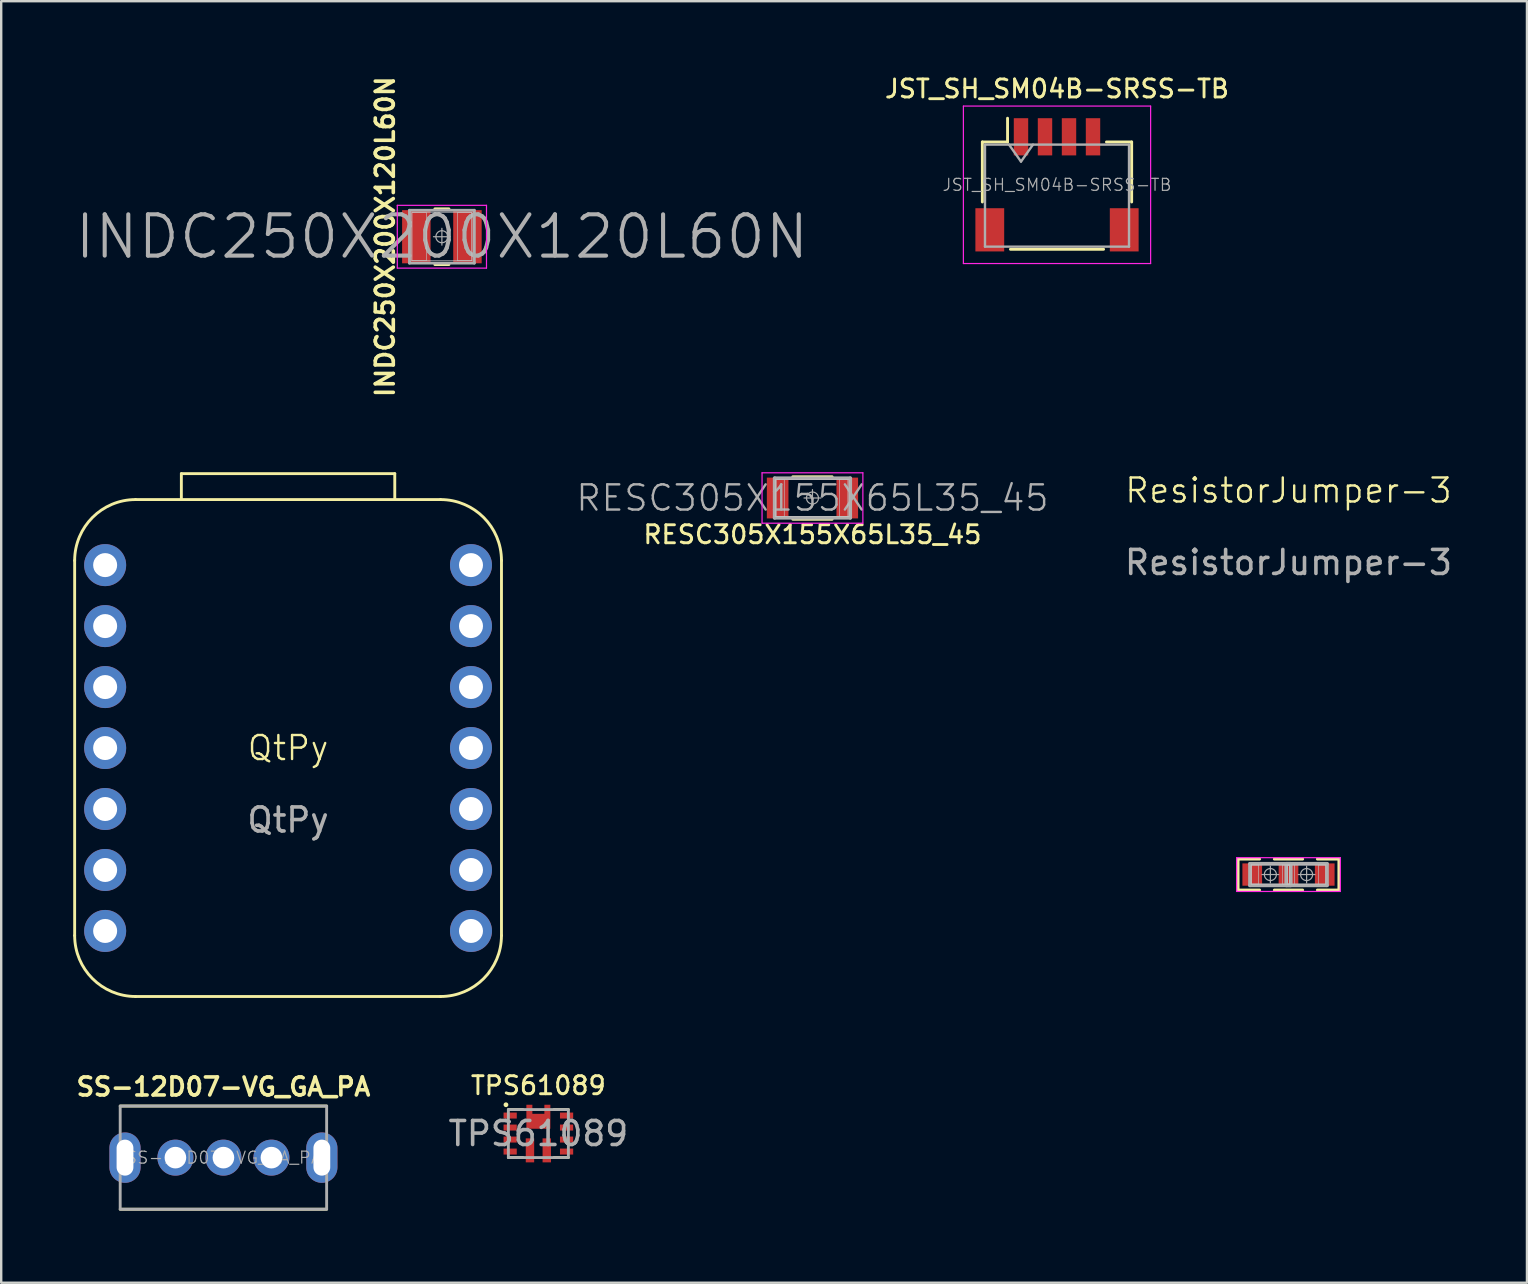
<source format=kicad_pcb>
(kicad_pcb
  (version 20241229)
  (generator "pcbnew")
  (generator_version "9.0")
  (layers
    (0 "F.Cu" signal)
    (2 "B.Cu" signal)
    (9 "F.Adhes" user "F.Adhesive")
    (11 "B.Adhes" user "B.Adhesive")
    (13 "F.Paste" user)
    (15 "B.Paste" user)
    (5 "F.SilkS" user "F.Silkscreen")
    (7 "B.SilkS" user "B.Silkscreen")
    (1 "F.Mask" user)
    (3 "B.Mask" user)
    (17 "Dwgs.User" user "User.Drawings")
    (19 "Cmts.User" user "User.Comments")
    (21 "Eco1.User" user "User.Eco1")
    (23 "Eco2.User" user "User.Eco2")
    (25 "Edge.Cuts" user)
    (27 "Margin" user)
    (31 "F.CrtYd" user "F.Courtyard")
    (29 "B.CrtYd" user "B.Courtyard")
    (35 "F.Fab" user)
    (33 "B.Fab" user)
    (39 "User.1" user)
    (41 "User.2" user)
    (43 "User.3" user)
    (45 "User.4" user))
  (footprint "TPS61089"
    (layer "F.Cu")
    (at 19.377 44.171)
    (property "Reference" "TPS61089" (at 0 -2 0) (unlocked yes) (layer "F.SilkS") (effects (font (size 0.75 0.75) (thickness 0.12))))
    (attr smd)
    (fp_line (start -1.25 1) (end -0.65 1) (stroke (width 0.12) (type default)) (layer "F.SilkS"))
    (fp_line (start -0.65 -1) (end -1.25 -1) (stroke (width 0.12) (type default)) (layer "F.SilkS"))
    (fp_line (start 1.25 -1) (end 0.65 -1) (stroke (width 0.12) (type default)) (layer "F.SilkS"))
    (fp_line (start 1.25 1) (end 0.65 1) (stroke (width 0.12) (type default)) (layer "F.SilkS"))
    (fp_circle (center -1.35 -1.2) (end -1.35 -1.15) (stroke (width 0.1) (type default)) (fill no) (layer "F.SilkS"))
    (fp_rect (start -1.25 -1) (end 1.25 1) (stroke (width 0.12) (type default)) (fill no) (layer "F.Fab"))
    (fp_text user "${REFERENCE}" (at 0 0 0) (unlocked yes) (layer "F.Fab") (effects (font (size 1 1) (thickness 0.15))))
    (pad "1" smd rect (at -1.175 -0.75) (size 0.55 0.25) (layers "F.Cu" "F.Mask" "F.Paste"))
    (pad "2" smd rect (at -1.175 -0.25) (size 0.55 0.25) (layers "F.Cu" "F.Mask" "F.Paste"))
    (pad "3" smd rect (at -1.175 0.25) (size 0.55 0.25) (layers "F.Cu" "F.Mask" "F.Paste"))
    (pad "4" smd rect (at -1.175 0.75) (size 0.55 0.25) (layers "F.Cu" "F.Mask" "F.Paste"))
    (pad "5" smd rect (at -0.35 0.7) (size 0.35 1) (layers "F.Cu" "F.Mask" "F.Paste"))
    (pad "6" smd rect (at 0.35 0.7) (size 0.35 1) (layers "F.Cu" "F.Mask" "F.Paste"))
    (pad "7" smd rect (at 1.175 0.75 180) (size 0.55 0.25) (layers "F.Cu" "F.Mask" "F.Paste"))
    (pad "8" smd rect (at 1.175 0.25 180) (size 0.55 0.25) (layers "F.Cu" "F.Mask" "F.Paste"))
    (pad "9" smd rect (at 1.175 -0.25 180) (size 0.55 0.25) (layers "F.Cu" "F.Mask" "F.Paste"))
    (pad "10" smd rect (at 1.175 -0.75 180) (size 0.55 0.25) (layers "F.Cu" "F.Mask" "F.Paste"))
    (pad "11" smd custom (at 0 -0.45) (size 1 0.5) (layers "F.Cu" "F.Mask" "F.Paste") (options (anchor rect)) (primitives (gr_poly (pts (xy -0.5 -0.75) (xy -0.5 0.25) (xy 0.5 0.25) (xy 0.5 -0.75) (xy 0.25 -0.75) (xy 0.25 -0.372) (xy -0.25 -0.372) (xy -0.25 -0.75)) (width 0) (fill yes)))))
  (footprint "RESC305X155X65L35_45"
    (layer "F.Cu")
    (at 30.795 17.696)
    (property "Reference" "RESC305X155X65L35_45" (at 0 1.524 0) (layer "F.SilkS") (effects (font (size 0.75 0.75) (thickness 0.12))))
    (attr smd)
    (fp_line (start -0.82 -0.885) (end 0.82 -0.885) (stroke (width 0.12) (type solid)) (layer "F.SilkS"))
    (fp_line (start -0.82 0.885) (end 0.82 0.885) (stroke (width 0.12) (type solid)) (layer "F.SilkS"))
    (fp_line (start -1.525 -0.775) (end -1.175 -0.775) (stroke (width 0.025) (type solid)) (layer "Dwgs.User"))
    (fp_line (start -1.525 -0.775) (end 1.525 -0.775) (stroke (width 0.025) (type solid)) (layer "Dwgs.User"))
    (fp_line (start -1.525 0.775) (end -1.525 -0.775) (stroke (width 0.025) (type solid)) (layer "Dwgs.User"))
    (fp_line (start -1.525 0.775) (end -1.525 -0.775) (stroke (width 0.025) (type solid)) (layer "Dwgs.User"))
    (fp_line (start -1.175 -0.775) (end -1.175 0.775) (stroke (width 0.025) (type solid)) (layer "Dwgs.User"))
    (fp_line (start -1.175 0.775) (end -1.525 0.775) (stroke (width 0.025) (type solid)) (layer "Dwgs.User"))
    (fp_line (start 1.125 -0.775) (end 1.475 -0.775) (stroke (width 0.025) (type solid)) (layer "Dwgs.User"))
    (fp_line (start 1.125 0.775) (end 1.125 -0.775) (stroke (width 0.025) (type solid)) (layer "Dwgs.User"))
    (fp_line (start 1.475 -0.775) (end 1.475 0.775) (stroke (width 0.025) (type solid)) (layer "Dwgs.User"))
    (fp_line (start 1.475 0.775) (end 1.125 0.775) (stroke (width 0.025) (type solid)) (layer "Dwgs.User"))
    (fp_line (start 1.525 -0.775) (end 1.525 0.775) (stroke (width 0.025) (type solid)) (layer "Dwgs.User"))
    (fp_line (start 1.525 0.775) (end -1.525 0.775) (stroke (width 0.025) (type solid)) (layer "Dwgs.User"))
    (fp_line (start -2.1 -1.05) (end 2.1 -1.05) (stroke (width 0.05) (type solid)) (layer "F.CrtYd"))
    (fp_line (start -2.1 1.05) (end -2.1 -1.05) (stroke (width 0.05) (type solid)) (layer "F.CrtYd"))
    (fp_line (start 2.1 -1.05) (end 2.1 1.05) (stroke (width 0.05) (type solid)) (layer "F.CrtYd"))
    (fp_line (start 2.1 1.05) (end -2.1 1.05) (stroke (width 0.05) (type solid)) (layer "F.CrtYd"))
    (fp_line (start -1.575 -0.825) (end 1.575 -0.825) (stroke (width 0.15) (type solid)) (layer "F.Fab"))
    (fp_line (start -1.575 0.825) (end -1.575 -0.825) (stroke (width 0.15) (type solid)) (layer "F.Fab"))
    (fp_line (start 0 -0.35) (end 0 0.35) (stroke (width 0.05) (type solid)) (layer "F.Fab"))
    (fp_line (start 0.35 0) (end -0.35 0) (stroke (width 0.05) (type solid)) (layer "F.Fab"))
    (fp_line (start 1.575 -0.825) (end 1.575 0.825) (stroke (width 0.15) (type solid)) (layer "F.Fab"))
    (fp_line (start 1.575 0.825) (end -1.575 0.825) (stroke (width 0.15) (type solid)) (layer "F.Fab"))
    (fp_circle (center 0 0) (end 0.25 0) (stroke (width 0.05) (type solid)) (fill no) (layer "F.Fab"))
    (fp_text user "${REFERENCE}" (at 0 0 0) (layer "F.Fab") (effects (font (size 1.05 1.05) (thickness 0.1))))
    (pad "1" smd rect (at -1.45 0) (size 0.9 1.7) (layers "F.Cu" "F.Mask" "F.Paste"))
    (pad "2" smd rect (at 1.45 0) (size 0.9 1.7) (layers "F.Cu" "F.Mask" "F.Paste")))
  (footprint "INDC250X200X120L60N"
    (layer "F.Cu")
    (at 15.358 6.811)
    (property "Reference" "INDC250X200X120L60N" (at -2.364 0 90) (layer "F.SilkS") (effects (font (size 0.75 0.75) (thickness 0.15) (bold yes))))
    (attr smd)
    (fp_line (start -0.293 -1.16) (end 0.293 -1.16) (stroke (width 0.12) (type solid)) (layer "F.SilkS"))
    (fp_line (start -0.293 1.16) (end 0.293 1.16) (stroke (width 0.12) (type solid)) (layer "F.SilkS"))
    (fp_line (start -1.25 -1) (end -0.65 -1) (stroke (width 0.025) (type solid)) (layer "Dwgs.User"))
    (fp_line (start -1.25 -1) (end 1.25 -1) (stroke (width 0.025) (type solid)) (layer "Dwgs.User"))
    (fp_line (start -1.25 1) (end -1.25 -1) (stroke (width 0.025) (type solid)) (layer "Dwgs.User"))
    (fp_line (start -1.25 1) (end -1.25 -1) (stroke (width 0.025) (type solid)) (layer "Dwgs.User"))
    (fp_line (start -0.65 -1) (end -0.65 1) (stroke (width 0.025) (type solid)) (layer "Dwgs.User"))
    (fp_line (start -0.65 1) (end -1.25 1) (stroke (width 0.025) (type solid)) (layer "Dwgs.User"))
    (fp_line (start 0.65 -1) (end 1.25 -1) (stroke (width 0.025) (type solid)) (layer "Dwgs.User"))
    (fp_line (start 0.65 1) (end 0.65 -1) (stroke (width 0.025) (type solid)) (layer "Dwgs.User"))
    (fp_line (start 1.25 -1) (end 1.25 1) (stroke (width 0.025) (type solid)) (layer "Dwgs.User"))
    (fp_line (start 1.25 -1) (end 1.25 1) (stroke (width 0.025) (type solid)) (layer "Dwgs.User"))
    (fp_line (start 1.25 1) (end -1.25 1) (stroke (width 0.025) (type solid)) (layer "Dwgs.User"))
    (fp_line (start 1.25 1) (end 0.65 1) (stroke (width 0.025) (type solid)) (layer "Dwgs.User"))
    (fp_line (start -1.858 -1.308) (end 1.858 -1.308) (stroke (width 0.05) (type solid)) (layer "F.CrtYd"))
    (fp_line (start -1.858 1.308) (end -1.858 -1.308) (stroke (width 0.05) (type solid)) (layer "F.CrtYd"))
    (fp_line (start 1.858 -1.308) (end 1.858 1.308) (stroke (width 0.05) (type solid)) (layer "F.CrtYd"))
    (fp_line (start 1.858 1.308) (end -1.858 1.308) (stroke (width 0.05) (type solid)) (layer "F.CrtYd"))
    (fp_line (start -1.35 -1.1) (end 1.35 -1.1) (stroke (width 0.12) (type solid)) (layer "F.Fab"))
    (fp_line (start -1.35 1.1) (end -1.35 -1.1) (stroke (width 0.12) (type solid)) (layer "F.Fab"))
    (fp_line (start 0 -0.35) (end 0 0.35) (stroke (width 0.05) (type solid)) (layer "F.Fab"))
    (fp_line (start 0.35 0) (end -0.35 0) (stroke (width 0.05) (type solid)) (layer "F.Fab"))
    (fp_line (start 1.35 -1.1) (end 1.35 1.1) (stroke (width 0.12) (type solid)) (layer "F.Fab"))
    (fp_line (start 1.35 1.1) (end -1.35 1.1) (stroke (width 0.12) (type solid)) (layer "F.Fab"))
    (fp_circle (center 0 0) (end 0.25 0) (stroke (width 0.05) (type solid)) (fill no) (layer "F.Fab"))
    (fp_text user "${REFERENCE}" (at 0 0 0) (layer "F.Fab") (effects (font (size 1.72 1.72) (thickness 0.17))))
    (pad "1" smd rect (at -1.065 0) (size 1.185 2.215) (layers "F.Cu" "F.Mask" "F.Paste"))
    (pad "2" smd rect (at 1.065 0) (size 1.185 2.215) (layers "F.Cu" "F.Mask" "F.Paste")))
  (footprint "SS-12D07-VG_GA_PA"
    (layer "F.Cu")
    (at 6.257 45.174)
    (property "Reference" "SS-12D07-VG_GA_PA" (at 0 -2.95 0) (unlocked yes) (layer "F.SilkS") (effects (font (size 0.75 0.75) (thickness 0.15) (bold yes))))
    (attr through_hole)
    (fp_line (start 4.3 -2.15) (end -4.3 -2.15) (stroke (width 0.12) (type default)) (layer "F.SilkS"))
    (fp_line (start 4.3 2.15) (end -4.3 2.15) (stroke (width 0.12) (type default)) (layer "F.SilkS"))
    (fp_rect (start -4.3 -2.15) (end 4.3 2.15) (stroke (width 0.12) (type default)) (fill no) (layer "F.Fab"))
    (fp_text user "${REFERENCE}" (at 0 0 0) (unlocked yes) (layer "F.Fab") (effects (font (size 0.5 0.5) (thickness 0.05))))
    (pad "" thru_hole oval (at -4.1 0) (size 1.3 2.1) (drill oval 0.7 1.5) (layers "*.Cu" "*.Mask"))
    (pad "" thru_hole oval (at 4.1 0) (size 1.3 2.1) (drill oval 0.7 1.5) (layers "*.Cu" "*.Mask"))
    (pad "1" thru_hole circle (at -2 0) (size 1.5 1.5) (drill 0.9) (layers "*.Cu" "*.Mask"))
    (pad "2" thru_hole circle (at 0 0) (size 1.5 1.5) (drill 0.9) (layers "*.Cu" "*.Mask"))
    (pad "3" thru_hole circle (at 2 0) (size 1.5 1.5) (drill 0.9) (layers "*.Cu" "*.Mask")))
  (footprint "QtPy"
    (layer "F.Cu")
    (at 8.95 28.111)
    (property "Reference" "QtPy" (at 0 0 0) (unlocked yes) (layer "F.SilkS") (effects (font (size 1 1) (thickness 0.1))))
    (attr through_hole)
    (fp_line (start -8.89 7.811) (end -8.89 -7.811) (stroke (width 0.12) (type solid)) (layer "F.SilkS"))
    (fp_line (start -6.35 -10.351) (end 6.35 -10.351) (stroke (width 0.12) (type solid)) (layer "F.SilkS"))
    (fp_line (start -4.445 -10.351) (end -4.445 -11.43) (stroke (width 0.12) (type solid)) (layer "F.SilkS"))
    (fp_line (start 4.445 -11.43) (end -4.445 -11.43) (stroke (width 0.12) (type solid)) (layer "F.SilkS"))
    (fp_line (start 4.445 -10.351) (end 4.445 -11.43) (stroke (width 0.12) (type solid)) (layer "F.SilkS"))
    (fp_line (start 6.35 10.351) (end -6.35 10.351) (stroke (width 0.12) (type solid)) (layer "F.SilkS"))
    (fp_line (start 8.89 -7.811) (end 8.89 7.811) (stroke (width 0.12) (type solid)) (layer "F.SilkS"))
    (fp_arc (start -8.89 -7.8105) (mid -8.146051 -9.606551) (end -6.35 -10.3505) (stroke (width 0.12) (type solid)) (layer "F.SilkS"))
    (fp_arc (start -6.35 10.3505) (mid -8.146051 9.606551) (end -8.89 7.8105) (stroke (width 0.12) (type solid)) (layer "F.SilkS"))
    (fp_arc (start 6.35 -10.3505) (mid 8.146051 -9.606551) (end 8.89 -7.8105) (stroke (width 0.12) (type solid)) (layer "F.SilkS"))
    (fp_arc (start 8.89 7.8105) (mid 8.146051 9.606551) (end 6.35 10.3505) (stroke (width 0.12) (type solid)) (layer "F.SilkS"))
    (fp_text user "${REFERENCE}" (at 0 3 0) (unlocked yes) (layer "F.Fab") (effects (font (size 1 1) (thickness 0.15))))
    (pad "1" thru_hole circle (at -7.62 -7.62) (size 1.75 1.75) (drill 1) (layers "*.Cu" "*.Mask"))
    (pad "2" thru_hole circle (at -7.62 -5.08) (size 1.75 1.75) (drill 1) (layers "*.Cu" "*.Mask"))
    (pad "3" thru_hole circle (at -7.62 -2.54) (size 1.75 1.75) (drill 1) (layers "*.Cu" "*.Mask"))
    (pad "4" thru_hole circle (at -7.62 0) (size 1.75 1.75) (drill 1) (layers "*.Cu" "*.Mask"))
    (pad "5" thru_hole circle (at -7.62 2.54) (size 1.75 1.75) (drill 1) (layers "*.Cu" "*.Mask"))
    (pad "6" thru_hole circle (at -7.62 5.08) (size 1.75 1.75) (drill 1) (layers "*.Cu" "*.Mask"))
    (pad "7" thru_hole circle (at -7.62 7.62) (size 1.75 1.75) (drill 1) (layers "*.Cu" "*.Mask"))
    (pad "8" thru_hole circle (at 7.62 7.62) (size 1.75 1.75) (drill 1) (layers "*.Cu" "*.Mask"))
    (pad "9" thru_hole circle (at 7.62 5.08) (size 1.75 1.75) (drill 1) (layers "*.Cu" "*.Mask"))
    (pad "10" thru_hole circle (at 7.62 2.54) (size 1.75 1.75) (drill 1) (layers "*.Cu" "*.Mask"))
    (pad "11" thru_hole circle (at 7.62 0) (size 1.75 1.75) (drill 1) (layers "*.Cu" "*.Mask"))
    (pad "12" thru_hole circle (at 7.62 -2.54) (size 1.75 1.75) (drill 1) (layers "*.Cu" "*.Mask"))
    (pad "13" thru_hole circle (at 7.62 -5.08) (size 1.75 1.75) (drill 1) (layers "*.Cu" "*.Mask"))
    (pad "14" thru_hole circle (at 7.62 -7.62) (size 1.75 1.75) (drill 1) (layers "*.Cu" "*.Mask")))
  (footprint "JST_SH_SM04B-SRSS-TB"
    (layer "F.Cu")
    (at 40.982 4.649)
    (property "Reference" "JST_SH_SM04B-SRSS-TB" (at 0 -4 0) (unlocked yes) (layer "F.SilkS") (effects (font (size 0.75 0.75) (thickness 0.12))))
    (attr smd)
    (fp_line (start -3.11 -1.785) (end -2.06 -1.785) (stroke (width 0.12) (type solid)) (layer "F.SilkS"))
    (fp_line (start -3.11 0.715) (end -3.11 -1.785) (stroke (width 0.12) (type solid)) (layer "F.SilkS"))
    (fp_line (start -2.06 -1.785) (end -2.06 -2.775) (stroke (width 0.12) (type solid)) (layer "F.SilkS"))
    (fp_line (start -1.94 2.685) (end 1.94 2.685) (stroke (width 0.12) (type solid)) (layer "F.SilkS"))
    (fp_line (start 3.11 -1.785) (end 2.06 -1.785) (stroke (width 0.12) (type solid)) (layer "F.SilkS"))
    (fp_line (start 3.11 0.715) (end 3.11 -1.785) (stroke (width 0.12) (type solid)) (layer "F.SilkS"))
    (fp_line (start -3.9 -3.28) (end -3.9 3.28) (stroke (width 0.05) (type solid)) (layer "F.CrtYd"))
    (fp_line (start -3.9 3.28) (end 3.9 3.28) (stroke (width 0.05) (type solid)) (layer "F.CrtYd"))
    (fp_line (start 3.9 -3.28) (end -3.9 -3.28) (stroke (width 0.05) (type solid)) (layer "F.CrtYd"))
    (fp_line (start 3.9 3.28) (end 3.9 -3.28) (stroke (width 0.05) (type solid)) (layer "F.CrtYd"))
    (fp_line (start -3 -1.675) (end -3 2.575) (stroke (width 0.1) (type solid)) (layer "F.Fab"))
    (fp_line (start -3 -1.675) (end 3 -1.675) (stroke (width 0.1) (type solid)) (layer "F.Fab"))
    (fp_line (start -3 2.575) (end 3 2.575) (stroke (width 0.1) (type solid)) (layer "F.Fab"))
    (fp_line (start -2 -1.675) (end -1.5 -0.968) (stroke (width 0.1) (type solid)) (layer "F.Fab"))
    (fp_line (start -1.5 -0.968) (end -1 -1.675) (stroke (width 0.1) (type solid)) (layer "F.Fab"))
    (fp_line (start 3 -1.675) (end 3 2.575) (stroke (width 0.1) (type solid)) (layer "F.Fab"))
    (fp_text user "${REFERENCE}" (at 0 0 0) (layer "F.Fab") (effects (font (size 0.5 0.5) (thickness 0.05))))
    (pad "1" smd rect (at -1.5 -2) (size 0.6 1.55) (layers "F.Cu" "F.Mask" "F.Paste"))
    (pad "2" smd rect (at -0.5 -2) (size 0.6 1.55) (layers "F.Cu" "F.Mask" "F.Paste"))
    (pad "3" smd rect (at 0.5 -2) (size 0.6 1.55) (layers "F.Cu" "F.Mask" "F.Paste"))
    (pad "4" smd rect (at 1.5 -2) (size 0.6 1.55) (layers "F.Cu" "F.Mask" "F.Paste"))
    (pad "MP" smd rect (at -2.8 1.875) (size 1.2 1.8) (layers "F.Cu" "F.Mask" "F.Paste"))
    (pad "MP" smd rect (at 2.8 1.875) (size 1.2 1.8) (layers "F.Cu" "F.Mask" "F.Paste")))
  (footprint "ResistorJumper-3"
    (layer "F.Cu")
    (at 50.625 33.382)
    (property "Reference" "ResistorJumper-3" (at 0 -16 0) (unlocked yes) (layer "F.SilkS") (effects (font (size 1 1) (thickness 0.1))))
    (attr smd)
    (fp_line (start -2.1 -0.645) (end -1.203 -0.645) (stroke (width 0.12) (type solid)) (layer "F.SilkS"))
    (fp_line (start -2.1 0.645) (end -2.1 -0.645) (stroke (width 0.12) (type solid)) (layer "F.SilkS"))
    (fp_line (start -1.203 0.645) (end -2.1 0.645) (stroke (width 0.12) (type solid)) (layer "F.SilkS"))
    (fp_line (start -0.59 0.645) (end 0.59 0.645) (stroke (width 0.12) (type solid)) (layer "F.SilkS"))
    (fp_line (start 0.59 -0.645) (end -0.59 -0.645) (stroke (width 0.12) (type solid)) (layer "F.SilkS"))
    (fp_line (start 1.203 -0.645) (end 2.1 -0.645) (stroke (width 0.12) (type solid)) (layer "F.SilkS"))
    (fp_line (start 2.1 -0.645) (end 2.1 0.645) (stroke (width 0.12) (type solid)) (layer "F.SilkS"))
    (fp_line (start 2.1 0.645) (end 1.203 0.645) (stroke (width 0.12) (type solid)) (layer "F.SilkS"))
    (fp_line (start -1.555 -0.4) (end -1.255 -0.4) (stroke (width 0.025) (type solid)) (layer "Dwgs.User"))
    (fp_line (start -1.555 -0.4) (end 0.045 -0.4) (stroke (width 0.025) (type solid)) (layer "Dwgs.User"))
    (fp_line (start -1.555 0.4) (end -1.555 -0.4) (stroke (width 0.025) (type solid)) (layer "Dwgs.User"))
    (fp_line (start -1.555 0.4) (end -1.555 -0.4) (stroke (width 0.025) (type solid)) (layer "Dwgs.User"))
    (fp_line (start -1.255 -0.4) (end -1.255 0.4) (stroke (width 0.025) (type solid)) (layer "Dwgs.User"))
    (fp_line (start -1.255 0.4) (end -1.555 0.4) (stroke (width 0.025) (type solid)) (layer "Dwgs.User"))
    (fp_line (start -0.255 -0.4) (end 0.045 -0.4) (stroke (width 0.025) (type solid)) (layer "Dwgs.User"))
    (fp_line (start -0.255 0.4) (end -0.255 -0.4) (stroke (width 0.025) (type solid)) (layer "Dwgs.User"))
    (fp_line (start -0.045 -0.4) (end 1.555 -0.4) (stroke (width 0.025) (type solid)) (layer "Dwgs.User"))
    (fp_line (start -0.045 0.4) (end -0.045 -0.4) (stroke (width 0.025) (type solid)) (layer "Dwgs.User"))
    (fp_line (start 0.045 -0.4) (end 0.045 0.4) (stroke (width 0.025) (type solid)) (layer "Dwgs.User"))
    (fp_line (start 0.045 -0.4) (end 0.045 0.4) (stroke (width 0.025) (type solid)) (layer "Dwgs.User"))
    (fp_line (start 0.045 0.4) (end -1.555 0.4) (stroke (width 0.025) (type solid)) (layer "Dwgs.User"))
    (fp_line (start 0.045 0.4) (end -0.255 0.4) (stroke (width 0.025) (type solid)) (layer "Dwgs.User"))
    (fp_line (start 0.255 -0.4) (end 0.255 0.4) (stroke (width 0.025) (type solid)) (layer "Dwgs.User"))
    (fp_line (start 1.255 -0.4) (end 1.555 -0.4) (stroke (width 0.025) (type solid)) (layer "Dwgs.User"))
    (fp_line (start 1.255 0.4) (end 1.255 -0.4) (stroke (width 0.025) (type solid)) (layer "Dwgs.User"))
    (fp_line (start 1.555 -0.4) (end 1.555 0.4) (stroke (width 0.025) (type solid)) (layer "Dwgs.User"))
    (fp_line (start 1.555 0.4) (end -0.045 0.4) (stroke (width 0.025) (type solid)) (layer "Dwgs.User"))
    (fp_line (start -2.16 -0.704) (end 2.16 -0.704) (stroke (width 0.05) (type solid)) (layer "F.CrtYd"))
    (fp_line (start -2.16 0.704) (end -2.16 -0.704) (stroke (width 0.05) (type solid)) (layer "F.CrtYd"))
    (fp_line (start 2.16 -0.704) (end 2.16 0.704) (stroke (width 0.05) (type solid)) (layer "F.CrtYd"))
    (fp_line (start 2.16 0.704) (end -2.16 0.704) (stroke (width 0.05) (type solid)) (layer "F.CrtYd"))
    (fp_line (start -1.605 -0.45) (end 0.095 -0.45) (stroke (width 0.15) (type solid)) (layer "F.Fab"))
    (fp_line (start -1.605 0.45) (end -1.605 -0.45) (stroke (width 0.15) (type solid)) (layer "F.Fab"))
    (fp_line (start -0.755 -0.35) (end -0.755 0.35) (stroke (width 0.05) (type solid)) (layer "F.Fab"))
    (fp_line (start -0.405 0) (end -1.105 0) (stroke (width 0.05) (type solid)) (layer "F.Fab"))
    (fp_line (start -0.095 -0.45) (end 1.605 -0.45) (stroke (width 0.15) (type solid)) (layer "F.Fab"))
    (fp_line (start -0.095 0.45) (end -0.095 -0.45) (stroke (width 0.15) (type solid)) (layer "F.Fab"))
    (fp_line (start 0.095 -0.45) (end 0.095 0.45) (stroke (width 0.15) (type solid)) (layer "F.Fab"))
    (fp_line (start 0.095 0.45) (end -1.605 0.45) (stroke (width 0.15) (type solid)) (layer "F.Fab"))
    (fp_line (start 0.755 -0.35) (end 0.755 0.35) (stroke (width 0.05) (type solid)) (layer "F.Fab"))
    (fp_line (start 1.105 0) (end 0.405 0) (stroke (width 0.05) (type solid)) (layer "F.Fab"))
    (fp_line (start 1.605 -0.45) (end 1.605 0.45) (stroke (width 0.15) (type solid)) (layer "F.Fab"))
    (fp_line (start 1.605 0.45) (end -0.095 0.45) (stroke (width 0.15) (type solid)) (layer "F.Fab"))
    (fp_circle (center -0.755 0) (end -0.505 0) (stroke (width 0.05) (type solid)) (fill no) (layer "F.Fab"))
    (fp_circle (center 0.755 0) (end 1.005 0) (stroke (width 0.05) (type solid)) (fill no) (layer "F.Fab"))
    (fp_text user "${REFERENCE}" (at 0 -13 0) (unlocked yes) (layer "F.Fab") (effects (font (size 1 1) (thickness 0.15))))
    (pad "1" smd rect (at -1.51 0) (size 0.82 0.929) (layers "F.Cu" "F.Mask" "F.Paste"))
    (pad "2" smd rect (at 0 0) (size 0.82 0.929) (layers "F.Cu" "F.Mask" "F.Paste"))
    (pad "3" smd rect (at 1.51 0) (size 0.82 0.929) (layers "F.Cu" "F.Mask" "F.Paste")))
  (gr_rect
    (start -3 -3)
    (end 60.559 50.384)
    (stroke (width 0.1) (type default))
    (fill no)
    (layer "Edge.Cuts")))
</source>
